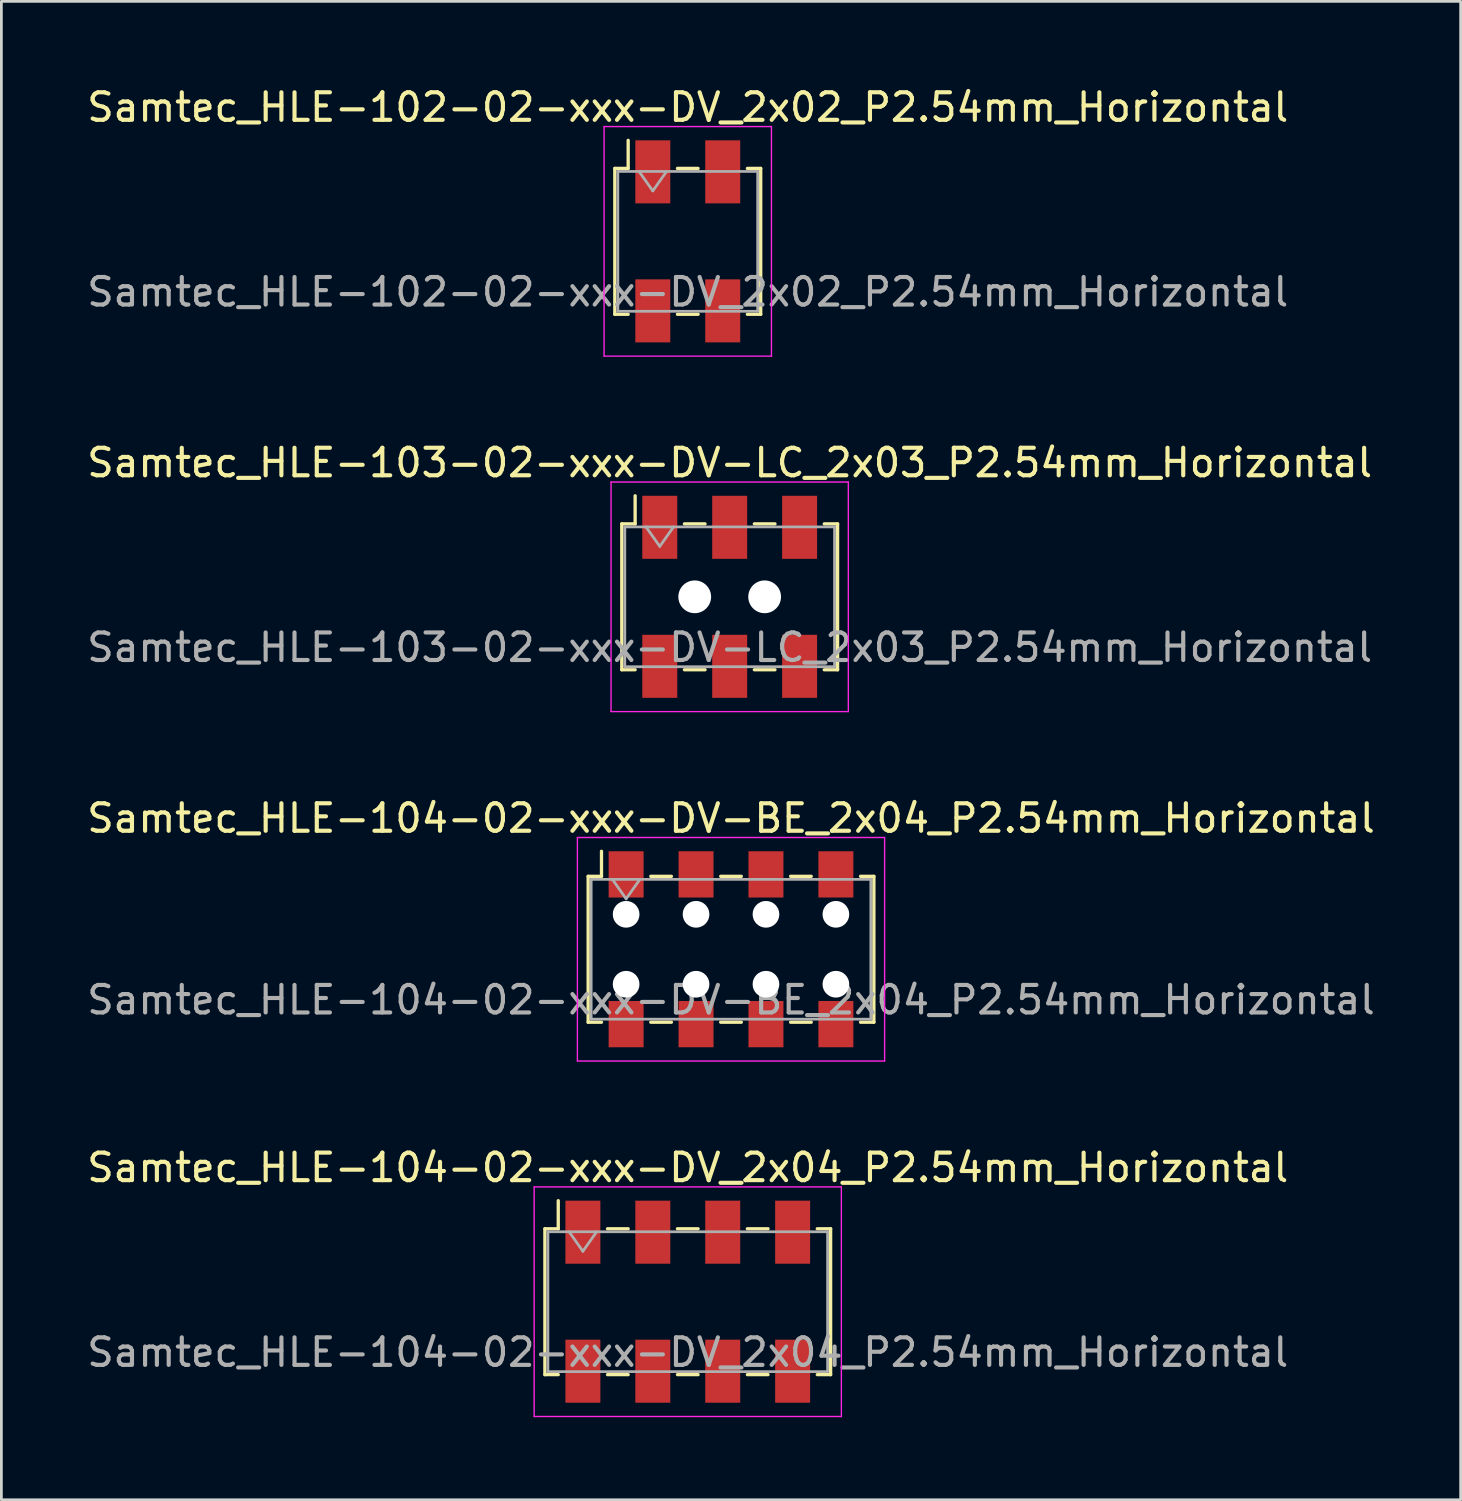
<source format=kicad_pcb>
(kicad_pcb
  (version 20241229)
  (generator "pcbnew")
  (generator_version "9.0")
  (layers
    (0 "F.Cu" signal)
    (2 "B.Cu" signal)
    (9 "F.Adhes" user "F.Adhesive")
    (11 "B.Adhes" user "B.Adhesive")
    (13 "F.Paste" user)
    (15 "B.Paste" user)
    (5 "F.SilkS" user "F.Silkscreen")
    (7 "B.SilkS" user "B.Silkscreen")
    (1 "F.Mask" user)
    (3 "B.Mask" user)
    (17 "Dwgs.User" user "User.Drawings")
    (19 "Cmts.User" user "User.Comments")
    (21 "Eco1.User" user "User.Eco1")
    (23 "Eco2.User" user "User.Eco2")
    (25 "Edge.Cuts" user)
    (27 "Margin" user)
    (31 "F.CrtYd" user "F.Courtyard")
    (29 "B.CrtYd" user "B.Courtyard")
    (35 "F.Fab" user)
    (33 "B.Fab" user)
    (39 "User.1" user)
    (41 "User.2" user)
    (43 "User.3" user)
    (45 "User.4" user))
  (footprint "Samtec_HLE-102-02-xxx-DV_2x02_P2.54mm_Horizontal"
    (layer "F.Cu")
    (at 21.935 5.718)
    (property "Reference" "Samtec_HLE-102-02-xxx-DV_2x02_P2.54mm_Horizontal" (at 0 -4.87 0) (layer "F.SilkS") (effects (font (size 1 1) (thickness 0.15))))
    (attr smd)
    (fp_line (start -2.65 -2.65) (end -2.65 2.65) (stroke (width 0.12) (type solid)) (layer "F.SilkS"))
    (fp_line (start -2.65 2.65) (end -2.165 2.65) (stroke (width 0.12) (type solid)) (layer "F.SilkS"))
    (fp_line (start -2.165 -3.67) (end -2.165 -2.65) (stroke (width 0.12) (type solid)) (layer "F.SilkS"))
    (fp_line (start -2.165 -2.65) (end -2.65 -2.65) (stroke (width 0.12) (type solid)) (layer "F.SilkS"))
    (fp_line (start -0.375 -2.65) (end 0.375 -2.65) (stroke (width 0.12) (type solid)) (layer "F.SilkS"))
    (fp_line (start -0.375 2.65) (end 0.375 2.65) (stroke (width 0.12) (type solid)) (layer "F.SilkS"))
    (fp_line (start 2.165 -2.65) (end 2.65 -2.65) (stroke (width 0.12) (type solid)) (layer "F.SilkS"))
    (fp_line (start 2.65 -2.65) (end 2.65 2.65) (stroke (width 0.12) (type solid)) (layer "F.SilkS"))
    (fp_line (start 2.65 2.65) (end 2.165 2.65) (stroke (width 0.12) (type solid)) (layer "F.SilkS"))
    (fp_line (start -3.04 -4.17) (end 3.04 -4.17) (stroke (width 0.05) (type solid)) (layer "F.CrtYd"))
    (fp_line (start -3.04 4.17) (end -3.04 -4.17) (stroke (width 0.05) (type solid)) (layer "F.CrtYd"))
    (fp_line (start 3.04 -4.17) (end 3.04 4.17) (stroke (width 0.05) (type solid)) (layer "F.CrtYd"))
    (fp_line (start 3.04 4.17) (end -3.04 4.17) (stroke (width 0.05) (type solid)) (layer "F.CrtYd"))
    (fp_line (start -2.54 -2.54) (end 2.54 -2.54) (stroke (width 0.1) (type solid)) (layer "F.Fab"))
    (fp_line (start -2.54 2.54) (end -2.54 -2.54) (stroke (width 0.1) (type solid)) (layer "F.Fab"))
    (fp_line (start -1.77 -2.54) (end -1.27 -1.833) (stroke (width 0.1) (type solid)) (layer "F.Fab"))
    (fp_line (start -1.27 -1.833) (end -0.77 -2.54) (stroke (width 0.1) (type solid)) (layer "F.Fab"))
    (fp_line (start 2.54 -2.54) (end 2.54 2.54) (stroke (width 0.1) (type solid)) (layer "F.Fab"))
    (fp_line (start 2.54 2.54) (end -2.54 2.54) (stroke (width 0.1) (type solid)) (layer "F.Fab"))
    (fp_text user "${REFERENCE}" (at 0 1.84 0) (layer "F.Fab") (effects (font (size 1 1) (thickness 0.15))))
    (pad "1" smd rect (at -1.27 -2.525) (size 1.27 2.29) (layers "F.Cu" "F.Mask" "F.Paste"))
    (pad "2" smd rect (at -1.27 2.525) (size 1.27 2.29) (layers "F.Cu" "F.Mask" "F.Paste"))
    (pad "3" smd rect (at 1.27 -2.525) (size 1.27 2.29) (layers "F.Cu" "F.Mask" "F.Paste"))
    (pad "4" smd rect (at 1.27 2.525) (size 1.27 2.29) (layers "F.Cu" "F.Mask" "F.Paste")))
  (footprint "Samtec_HLE-103-02-xxx-DV-LC_2x03_P2.54mm_Horizontal"
    (layer "F.Cu")
    (at 23.458 18.631)
    (property "Reference" "Samtec_HLE-103-02-xxx-DV-LC_2x03_P2.54mm_Horizontal" (at 0 -4.87 0) (layer "F.SilkS") (effects (font (size 1 1) (thickness 0.15))))
    (attr smd)
    (fp_line (start -3.92 -2.65) (end -3.92 2.65) (stroke (width 0.12) (type solid)) (layer "F.SilkS"))
    (fp_line (start -3.92 2.65) (end -3.435 2.65) (stroke (width 0.12) (type solid)) (layer "F.SilkS"))
    (fp_line (start -3.435 -3.67) (end -3.435 -2.65) (stroke (width 0.12) (type solid)) (layer "F.SilkS"))
    (fp_line (start -3.435 -2.65) (end -3.92 -2.65) (stroke (width 0.12) (type solid)) (layer "F.SilkS"))
    (fp_line (start -1.645 -2.65) (end -0.895 -2.65) (stroke (width 0.12) (type solid)) (layer "F.SilkS"))
    (fp_line (start -1.645 2.65) (end -0.895 2.65) (stroke (width 0.12) (type solid)) (layer "F.SilkS"))
    (fp_line (start 0.895 -2.65) (end 1.645 -2.65) (stroke (width 0.12) (type solid)) (layer "F.SilkS"))
    (fp_line (start 0.895 2.65) (end 1.645 2.65) (stroke (width 0.12) (type solid)) (layer "F.SilkS"))
    (fp_line (start 3.435 -2.65) (end 3.92 -2.65) (stroke (width 0.12) (type solid)) (layer "F.SilkS"))
    (fp_line (start 3.92 -2.65) (end 3.92 2.65) (stroke (width 0.12) (type solid)) (layer "F.SilkS"))
    (fp_line (start 3.92 2.65) (end 3.435 2.65) (stroke (width 0.12) (type solid)) (layer "F.SilkS"))
    (fp_line (start -4.31 -4.17) (end 4.31 -4.17) (stroke (width 0.05) (type solid)) (layer "F.CrtYd"))
    (fp_line (start -4.31 4.17) (end -4.31 -4.17) (stroke (width 0.05) (type solid)) (layer "F.CrtYd"))
    (fp_line (start 4.31 -4.17) (end 4.31 4.17) (stroke (width 0.05) (type solid)) (layer "F.CrtYd"))
    (fp_line (start 4.31 4.17) (end -4.31 4.17) (stroke (width 0.05) (type solid)) (layer "F.CrtYd"))
    (fp_line (start -3.81 -2.54) (end 3.81 -2.54) (stroke (width 0.1) (type solid)) (layer "F.Fab"))
    (fp_line (start -3.81 2.54) (end -3.81 -2.54) (stroke (width 0.1) (type solid)) (layer "F.Fab"))
    (fp_line (start -3.04 -2.54) (end -2.54 -1.833) (stroke (width 0.1) (type solid)) (layer "F.Fab"))
    (fp_line (start -2.54 -1.833) (end -2.04 -2.54) (stroke (width 0.1) (type solid)) (layer "F.Fab"))
    (fp_line (start 3.81 -2.54) (end 3.81 2.54) (stroke (width 0.1) (type solid)) (layer "F.Fab"))
    (fp_line (start 3.81 2.54) (end -3.81 2.54) (stroke (width 0.1) (type solid)) (layer "F.Fab"))
    (fp_text user "${REFERENCE}" (at 0 1.84 0) (layer "F.Fab") (effects (font (size 1 1) (thickness 0.15))))
    (pad "" np_thru_hole circle (at -1.27 0) (size 1.19 1.19) (drill 1.19) (layers "*.Cu" "*.Mask"))
    (pad "" np_thru_hole circle (at 1.27 0) (size 1.19 1.19) (drill 1.19) (layers "*.Cu" "*.Mask"))
    (pad "1" smd rect (at -2.54 -2.525) (size 1.27 2.29) (layers "F.Cu" "F.Mask" "F.Paste"))
    (pad "2" smd rect (at -2.54 2.525) (size 1.27 2.29) (layers "F.Cu" "F.Mask" "F.Paste"))
    (pad "3" smd rect (at 0 -2.525) (size 1.27 2.29) (layers "F.Cu" "F.Mask" "F.Paste"))
    (pad "4" smd rect (at 0 2.525) (size 1.27 2.29) (layers "F.Cu" "F.Mask" "F.Paste"))
    (pad "5" smd rect (at 2.54 -2.525) (size 1.27 2.29) (layers "F.Cu" "F.Mask" "F.Paste"))
    (pad "6" smd rect (at 2.54 2.525) (size 1.27 2.29) (layers "F.Cu" "F.Mask" "F.Paste")))
  (footprint "Samtec_HLE-104-02-xxx-DV-BE_2x04_P2.54mm_Horizontal"
    (layer "F.Cu")
    (at 23.506 31.435)
    (property "Reference" "Samtec_HLE-104-02-xxx-DV-BE_2x04_P2.54mm_Horizontal" (at 0 -4.76 0) (layer "F.SilkS") (effects (font (size 1 1) (thickness 0.15))))
    (attr smd)
    (fp_line (start -5.19 -2.65) (end -5.19 2.65) (stroke (width 0.12) (type solid)) (layer "F.SilkS"))
    (fp_line (start -5.19 2.65) (end -4.705 2.65) (stroke (width 0.12) (type solid)) (layer "F.SilkS"))
    (fp_line (start -4.705 -3.56) (end -4.705 -2.65) (stroke (width 0.12) (type solid)) (layer "F.SilkS"))
    (fp_line (start -4.705 -2.65) (end -5.19 -2.65) (stroke (width 0.12) (type solid)) (layer "F.SilkS"))
    (fp_line (start -2.915 -2.65) (end -2.165 -2.65) (stroke (width 0.12) (type solid)) (layer "F.SilkS"))
    (fp_line (start -2.915 2.65) (end -2.165 2.65) (stroke (width 0.12) (type solid)) (layer "F.SilkS"))
    (fp_line (start -0.375 -2.65) (end 0.375 -2.65) (stroke (width 0.12) (type solid)) (layer "F.SilkS"))
    (fp_line (start -0.375 2.65) (end 0.375 2.65) (stroke (width 0.12) (type solid)) (layer "F.SilkS"))
    (fp_line (start 2.165 -2.65) (end 2.915 -2.65) (stroke (width 0.12) (type solid)) (layer "F.SilkS"))
    (fp_line (start 2.165 2.65) (end 2.915 2.65) (stroke (width 0.12) (type solid)) (layer "F.SilkS"))
    (fp_line (start 4.705 -2.65) (end 5.19 -2.65) (stroke (width 0.12) (type solid)) (layer "F.SilkS"))
    (fp_line (start 5.19 -2.65) (end 5.19 2.65) (stroke (width 0.12) (type solid)) (layer "F.SilkS"))
    (fp_line (start 5.19 2.65) (end 4.705 2.65) (stroke (width 0.12) (type solid)) (layer "F.SilkS"))
    (fp_line (start -5.58 -4.06) (end 5.58 -4.06) (stroke (width 0.05) (type solid)) (layer "F.CrtYd"))
    (fp_line (start -5.58 4.06) (end -5.58 -4.06) (stroke (width 0.05) (type solid)) (layer "F.CrtYd"))
    (fp_line (start 5.58 -4.06) (end 5.58 4.06) (stroke (width 0.05) (type solid)) (layer "F.CrtYd"))
    (fp_line (start 5.58 4.06) (end -5.58 4.06) (stroke (width 0.05) (type solid)) (layer "F.CrtYd"))
    (fp_line (start -5.08 -2.54) (end 5.08 -2.54) (stroke (width 0.1) (type solid)) (layer "F.Fab"))
    (fp_line (start -5.08 2.54) (end -5.08 -2.54) (stroke (width 0.1) (type solid)) (layer "F.Fab"))
    (fp_line (start -4.31 -2.54) (end -3.81 -1.833) (stroke (width 0.1) (type solid)) (layer "F.Fab"))
    (fp_line (start -3.81 -1.833) (end -3.31 -2.54) (stroke (width 0.1) (type solid)) (layer "F.Fab"))
    (fp_line (start 5.08 -2.54) (end 5.08 2.54) (stroke (width 0.1) (type solid)) (layer "F.Fab"))
    (fp_line (start 5.08 2.54) (end -5.08 2.54) (stroke (width 0.1) (type solid)) (layer "F.Fab"))
    (fp_text user "${REFERENCE}" (at 0 1.84 0) (layer "F.Fab") (effects (font (size 1 1) (thickness 0.15))))
    (pad "" np_thru_hole circle (at -3.81 -1.27) (size 0.97 0.97) (drill 0.97) (layers "*.Cu" "*.Mask"))
    (pad "" np_thru_hole circle (at -3.81 1.27) (size 0.97 0.97) (drill 0.97) (layers "*.Cu" "*.Mask"))
    (pad "" np_thru_hole circle (at -1.27 -1.27) (size 0.97 0.97) (drill 0.97) (layers "*.Cu" "*.Mask"))
    (pad "" np_thru_hole circle (at -1.27 1.27) (size 0.97 0.97) (drill 0.97) (layers "*.Cu" "*.Mask"))
    (pad "" np_thru_hole circle (at 1.27 -1.27) (size 0.97 0.97) (drill 0.97) (layers "*.Cu" "*.Mask"))
    (pad "" np_thru_hole circle (at 1.27 1.27) (size 0.97 0.97) (drill 0.97) (layers "*.Cu" "*.Mask"))
    (pad "" np_thru_hole circle (at 3.81 -1.27) (size 0.97 0.97) (drill 0.97) (layers "*.Cu" "*.Mask"))
    (pad "" np_thru_hole circle (at 3.81 1.27) (size 0.97 0.97) (drill 0.97) (layers "*.Cu" "*.Mask"))
    (pad "1" smd rect (at -3.81 -2.72) (size 1.27 1.68) (layers "F.Cu" "F.Mask" "F.Paste"))
    (pad "2" smd rect (at -3.81 2.72) (size 1.27 1.68) (layers "F.Cu" "F.Mask" "F.Paste"))
    (pad "3" smd rect (at -1.27 -2.72) (size 1.27 1.68) (layers "F.Cu" "F.Mask" "F.Paste"))
    (pad "4" smd rect (at -1.27 2.72) (size 1.27 1.68) (layers "F.Cu" "F.Mask" "F.Paste"))
    (pad "5" smd rect (at 1.27 -2.72) (size 1.27 1.68) (layers "F.Cu" "F.Mask" "F.Paste"))
    (pad "6" smd rect (at 1.27 2.72) (size 1.27 1.68) (layers "F.Cu" "F.Mask" "F.Paste"))
    (pad "7" smd rect (at 3.81 -2.72) (size 1.27 1.68) (layers "F.Cu" "F.Mask" "F.Paste"))
    (pad "8" smd rect (at 3.81 2.72) (size 1.27 1.68) (layers "F.Cu" "F.Mask" "F.Paste")))
  (footprint "Samtec_HLE-104-02-xxx-DV_2x04_P2.54mm_Horizontal"
    (layer "F.Cu")
    (at 21.935 44.238)
    (property "Reference" "Samtec_HLE-104-02-xxx-DV_2x04_P2.54mm_Horizontal" (at 0 -4.87 0) (layer "F.SilkS") (effects (font (size 1 1) (thickness 0.15))))
    (attr smd)
    (fp_line (start -5.19 -2.65) (end -5.19 2.65) (stroke (width 0.12) (type solid)) (layer "F.SilkS"))
    (fp_line (start -5.19 2.65) (end -4.705 2.65) (stroke (width 0.12) (type solid)) (layer "F.SilkS"))
    (fp_line (start -4.705 -3.67) (end -4.705 -2.65) (stroke (width 0.12) (type solid)) (layer "F.SilkS"))
    (fp_line (start -4.705 -2.65) (end -5.19 -2.65) (stroke (width 0.12) (type solid)) (layer "F.SilkS"))
    (fp_line (start -2.915 -2.65) (end -2.165 -2.65) (stroke (width 0.12) (type solid)) (layer "F.SilkS"))
    (fp_line (start -2.915 2.65) (end -2.165 2.65) (stroke (width 0.12) (type solid)) (layer "F.SilkS"))
    (fp_line (start -0.375 -2.65) (end 0.375 -2.65) (stroke (width 0.12) (type solid)) (layer "F.SilkS"))
    (fp_line (start -0.375 2.65) (end 0.375 2.65) (stroke (width 0.12) (type solid)) (layer "F.SilkS"))
    (fp_line (start 2.165 -2.65) (end 2.915 -2.65) (stroke (width 0.12) (type solid)) (layer "F.SilkS"))
    (fp_line (start 2.165 2.65) (end 2.915 2.65) (stroke (width 0.12) (type solid)) (layer "F.SilkS"))
    (fp_line (start 4.705 -2.65) (end 5.19 -2.65) (stroke (width 0.12) (type solid)) (layer "F.SilkS"))
    (fp_line (start 5.19 -2.65) (end 5.19 2.65) (stroke (width 0.12) (type solid)) (layer "F.SilkS"))
    (fp_line (start 5.19 2.65) (end 4.705 2.65) (stroke (width 0.12) (type solid)) (layer "F.SilkS"))
    (fp_line (start -5.58 -4.17) (end 5.58 -4.17) (stroke (width 0.05) (type solid)) (layer "F.CrtYd"))
    (fp_line (start -5.58 4.17) (end -5.58 -4.17) (stroke (width 0.05) (type solid)) (layer "F.CrtYd"))
    (fp_line (start 5.58 -4.17) (end 5.58 4.17) (stroke (width 0.05) (type solid)) (layer "F.CrtYd"))
    (fp_line (start 5.58 4.17) (end -5.58 4.17) (stroke (width 0.05) (type solid)) (layer "F.CrtYd"))
    (fp_line (start -5.08 -2.54) (end 5.08 -2.54) (stroke (width 0.1) (type solid)) (layer "F.Fab"))
    (fp_line (start -5.08 2.54) (end -5.08 -2.54) (stroke (width 0.1) (type solid)) (layer "F.Fab"))
    (fp_line (start -4.31 -2.54) (end -3.81 -1.833) (stroke (width 0.1) (type solid)) (layer "F.Fab"))
    (fp_line (start -3.81 -1.833) (end -3.31 -2.54) (stroke (width 0.1) (type solid)) (layer "F.Fab"))
    (fp_line (start 5.08 -2.54) (end 5.08 2.54) (stroke (width 0.1) (type solid)) (layer "F.Fab"))
    (fp_line (start 5.08 2.54) (end -5.08 2.54) (stroke (width 0.1) (type solid)) (layer "F.Fab"))
    (fp_text user "${REFERENCE}" (at 0 1.84 0) (layer "F.Fab") (effects (font (size 1 1) (thickness 0.15))))
    (pad "1" smd rect (at -3.81 -2.525) (size 1.27 2.29) (layers "F.Cu" "F.Mask" "F.Paste"))
    (pad "2" smd rect (at -3.81 2.525) (size 1.27 2.29) (layers "F.Cu" "F.Mask" "F.Paste"))
    (pad "3" smd rect (at -1.27 -2.525) (size 1.27 2.29) (layers "F.Cu" "F.Mask" "F.Paste"))
    (pad "4" smd rect (at -1.27 2.525) (size 1.27 2.29) (layers "F.Cu" "F.Mask" "F.Paste"))
    (pad "5" smd rect (at 1.27 -2.525) (size 1.27 2.29) (layers "F.Cu" "F.Mask" "F.Paste"))
    (pad "6" smd rect (at 1.27 2.525) (size 1.27 2.29) (layers "F.Cu" "F.Mask" "F.Paste"))
    (pad "7" smd rect (at 3.81 -2.525) (size 1.27 2.29) (layers "F.Cu" "F.Mask" "F.Paste"))
    (pad "8" smd rect (at 3.81 2.525) (size 1.27 2.29) (layers "F.Cu" "F.Mask" "F.Paste")))
  (gr_rect
    (start -3 -3)
    (end 50.012 51.433)
    (stroke (width 0.1) (type default))
    (fill no)
    (layer "Edge.Cuts")))
</source>
